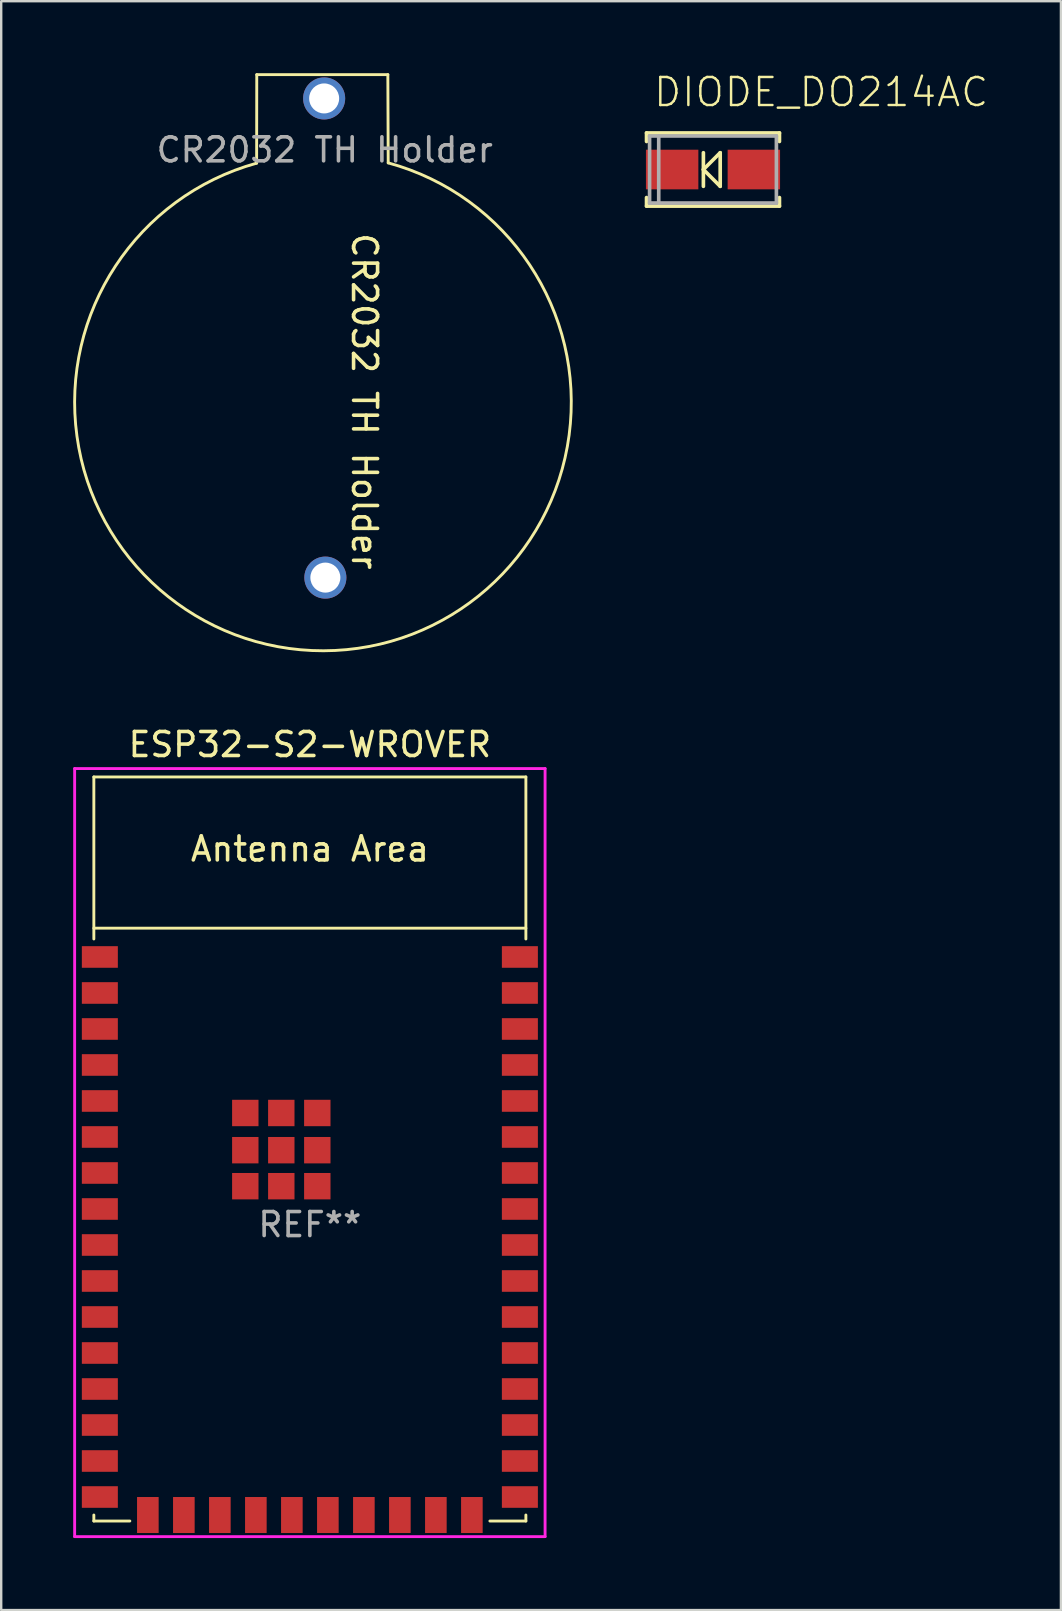
<source format=kicad_pcb>
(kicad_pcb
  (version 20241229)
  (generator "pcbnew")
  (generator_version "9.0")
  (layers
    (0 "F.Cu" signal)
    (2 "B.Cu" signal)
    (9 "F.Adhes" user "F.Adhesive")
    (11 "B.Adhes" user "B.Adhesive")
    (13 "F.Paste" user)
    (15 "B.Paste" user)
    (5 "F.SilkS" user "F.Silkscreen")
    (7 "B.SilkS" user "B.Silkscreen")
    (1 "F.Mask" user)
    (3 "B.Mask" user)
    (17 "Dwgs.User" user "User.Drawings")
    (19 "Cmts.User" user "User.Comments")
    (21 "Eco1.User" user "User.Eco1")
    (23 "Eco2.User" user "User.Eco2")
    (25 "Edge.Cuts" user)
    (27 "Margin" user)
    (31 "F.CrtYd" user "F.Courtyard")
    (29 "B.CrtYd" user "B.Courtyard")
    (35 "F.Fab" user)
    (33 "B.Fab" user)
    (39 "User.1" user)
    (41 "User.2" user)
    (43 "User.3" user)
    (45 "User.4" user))
  (footprint "DIODE_DO214AC"
    (layer "F.Cu")
    (at 26.656 4.013)
    (property "Reference" "DIODE_DO214AC" (at -2.54 -2.54 0) (unlocked yes) (layer "F.SilkS") (effects (font (size 1.168 1.168) (thickness 0.102)) (justify left bottom)))
    (fp_line (start -2.769 -1.524) (end -2.769 -1.168) (stroke (width 0.152) (type solid)) (layer "F.SilkS"))
    (fp_line (start -2.769 1.168) (end -2.769 1.524) (stroke (width 0.152) (type solid)) (layer "F.SilkS"))
    (fp_line (start -2.769 1.524) (end 2.769 1.524) (stroke (width 0.152) (type solid)) (layer "F.SilkS"))
    (fp_line (start -0.4 -0.7) (end -0.4 0.7) (stroke (width 0.152) (type solid)) (layer "F.SilkS"))
    (fp_line (start -0.4 0) (end 0.3 -0.7) (stroke (width 0.152) (type solid)) (layer "F.SilkS"))
    (fp_line (start 0.3 -0.7) (end 0.3 0.7) (stroke (width 0.152) (type solid)) (layer "F.SilkS"))
    (fp_line (start 0.3 0.7) (end -0.4 0) (stroke (width 0.152) (type solid)) (layer "F.SilkS"))
    (fp_line (start 2.769 -1.524) (end -2.769 -1.524) (stroke (width 0.152) (type solid)) (layer "F.SilkS"))
    (fp_line (start 2.769 -1.168) (end 2.769 -1.524) (stroke (width 0.152) (type solid)) (layer "F.SilkS"))
    (fp_line (start 2.769 1.524) (end 2.769 1.168) (stroke (width 0.152) (type solid)) (layer "F.SilkS"))
    (fp_line (start -2.642 -1.397) (end -2.642 1.397) (stroke (width 0.152) (type solid)) (layer "F.Fab"))
    (fp_line (start -2.642 1.397) (end -2.261 1.397) (stroke (width 0.152) (type solid)) (layer "F.Fab"))
    (fp_line (start -2.261 -1.397) (end -2.642 -1.397) (stroke (width 0.152) (type solid)) (layer "F.Fab"))
    (fp_line (start -2.261 -1.397) (end -2.261 1.397) (stroke (width 0.152) (type solid)) (layer "F.Fab"))
    (fp_line (start -2.261 1.397) (end 2.642 1.397) (stroke (width 0.152) (type solid)) (layer "F.Fab"))
    (fp_line (start 2.642 -1.397) (end -2.261 -1.397) (stroke (width 0.152) (type solid)) (layer "F.Fab"))
    (fp_line (start 2.642 1.397) (end 2.642 -1.397) (stroke (width 0.152) (type solid)) (layer "F.Fab"))
    (pad "1" smd rect (at -1.702 0 90) (size 1.651 2.184) (layers "F.Cu" "F.Mask" "F.Paste"))
    (pad "2" smd rect (at 1.702 0 90) (size 1.651 2.184) (layers "F.Cu" "F.Mask" "F.Paste")))
  (footprint "ESP32-S2-WROVER"
    (layer "F.Cu")
    (at 9.86 47.971)
    (property "Reference" "ESP32-S2-WROVER" (at 0 -20 0) (layer "F.SilkS") (effects (font (size 1 1) (thickness 0.15))))
    (attr smd)
    (fp_line (start -9 -18.65) (end -9 -11.9) (stroke (width 0.12) (type solid)) (layer "F.SilkS"))
    (fp_line (start -9 -18.65) (end 9 -18.65) (stroke (width 0.12) (type solid)) (layer "F.SilkS"))
    (fp_line (start -9 12.35) (end -9 12.1) (stroke (width 0.12) (type solid)) (layer "F.SilkS"))
    (fp_line (start -9 12.35) (end -7.5 12.35) (stroke (width 0.12) (type solid)) (layer "F.SilkS"))
    (fp_line (start 9 -18.65) (end 9 -11.9) (stroke (width 0.12) (type solid)) (layer "F.SilkS"))
    (fp_line (start 9 -12.35) (end -9 -12.35) (stroke (width 0.12) (type solid)) (layer "F.SilkS"))
    (fp_line (start 9 12.35) (end 7.5 12.35) (stroke (width 0.12) (type solid)) (layer "F.SilkS"))
    (fp_line (start 9 12.35) (end 9 12.1) (stroke (width 0.12) (type solid)) (layer "F.SilkS"))
    (fp_line (start -9 -18.65) (end 9 -18.65) (stroke (width 0.12) (type solid)) (layer "Eco2.User"))
    (fp_line (start -9 -12.35) (end 9 -12.35) (stroke (width 0.12) (type solid)) (layer "Eco2.User"))
    (fp_line (start -9 12.35) (end -9 -18.65) (stroke (width 0.12) (type solid)) (layer "Eco2.User"))
    (fp_line (start 9 -18.65) (end 9 12.35) (stroke (width 0.12) (type solid)) (layer "Eco2.User"))
    (fp_line (start 9 12.35) (end -9 12.35) (stroke (width 0.12) (type solid)) (layer "Eco2.User"))
    (fp_line (start -9.8 -19) (end -9.8 13) (stroke (width 0.12) (type solid)) (layer "F.CrtYd"))
    (fp_line (start -9.8 -19) (end 9.8 -19) (stroke (width 0.12) (type solid)) (layer "F.CrtYd"))
    (fp_line (start -9.8 13) (end 9.8 13) (stroke (width 0.12) (type solid)) (layer "F.CrtYd"))
    (fp_line (start 9.8 -19) (end 9.8 13) (stroke (width 0.12) (type solid)) (layer "F.CrtYd"))
    (fp_text user "Antenna Area" (at 0 -15.65 0) (layer "F.SilkS") (effects (font (size 1 1) (thickness 0.15))))
    (fp_text user "Antenna Area" (at 0 -15.65 0) (layer "Eco2.User") (effects (font (size 1 1) (thickness 0.15))))
    (fp_text user "REF**" (at 0 0 0) (layer "F.Fab") (effects (font (size 1 1) (thickness 0.15))))
    (pad "1" smd rect (at -8.75 -11.15) (size 1.5 0.9) (layers "F.Cu" "F.Mask" "F.Paste"))
    (pad "2" smd rect (at -8.75 -9.65) (size 1.5 0.9) (layers "F.Cu" "F.Mask" "F.Paste"))
    (pad "3" smd rect (at -8.75 -8.15) (size 1.5 0.9) (layers "F.Cu" "F.Mask" "F.Paste"))
    (pad "4" smd rect (at -8.75 -6.65) (size 1.5 0.9) (layers "F.Cu" "F.Mask" "F.Paste"))
    (pad "5" smd rect (at -8.75 -5.15) (size 1.5 0.9) (layers "F.Cu" "F.Mask" "F.Paste"))
    (pad "6" smd rect (at -8.75 -3.65) (size 1.5 0.9) (layers "F.Cu" "F.Mask" "F.Paste"))
    (pad "7" smd rect (at -8.75 -2.15) (size 1.5 0.9) (layers "F.Cu" "F.Mask" "F.Paste"))
    (pad "8" smd rect (at -8.75 -0.65) (size 1.5 0.9) (layers "F.Cu" "F.Mask" "F.Paste"))
    (pad "9" smd rect (at -8.75 0.85) (size 1.5 0.9) (layers "F.Cu" "F.Mask" "F.Paste"))
    (pad "10" smd rect (at -8.75 2.35) (size 1.5 0.9) (layers "F.Cu" "F.Mask" "F.Paste"))
    (pad "11" smd rect (at -8.75 3.85) (size 1.5 0.9) (layers "F.Cu" "F.Mask" "F.Paste"))
    (pad "12" smd rect (at -8.75 5.35) (size 1.5 0.9) (layers "F.Cu" "F.Mask" "F.Paste"))
    (pad "13" smd rect (at -8.75 6.85) (size 1.5 0.9) (layers "F.Cu" "F.Mask" "F.Paste"))
    (pad "14" smd rect (at -8.75 8.35) (size 1.5 0.9) (layers "F.Cu" "F.Mask" "F.Paste"))
    (pad "15" smd rect (at -8.75 9.85) (size 1.5 0.9) (layers "F.Cu" "F.Mask" "F.Paste"))
    (pad "16" smd rect (at -8.75 11.35) (size 1.5 0.9) (layers "F.Cu" "F.Mask" "F.Paste"))
    (pad "17" smd rect (at -6.75 12.1 90) (size 1.5 0.9) (layers "F.Cu" "F.Mask" "F.Paste"))
    (pad "18" smd rect (at -5.25 12.1 90) (size 1.5 0.9) (layers "F.Cu" "F.Mask" "F.Paste"))
    (pad "19" smd rect (at -3.75 12.1 90) (size 1.5 0.9) (layers "F.Cu" "F.Mask" "F.Paste"))
    (pad "20" smd rect (at -2.25 12.1 90) (size 1.5 0.9) (layers "F.Cu" "F.Mask" "F.Paste"))
    (pad "21" smd rect (at -0.75 12.1 90) (size 1.5 0.9) (layers "F.Cu" "F.Mask" "F.Paste"))
    (pad "22" smd rect (at 0.75 12.1 90) (size 1.5 0.9) (layers "F.Cu" "F.Mask" "F.Paste"))
    (pad "23" smd rect (at 2.25 12.1 90) (size 1.5 0.9) (layers "F.Cu" "F.Mask" "F.Paste"))
    (pad "24" smd rect (at 3.75 12.1 90) (size 1.5 0.9) (layers "F.Cu" "F.Mask" "F.Paste"))
    (pad "25" smd rect (at 5.25 12.1 90) (size 1.5 0.9) (layers "F.Cu" "F.Mask" "F.Paste"))
    (pad "26" smd rect (at 6.75 12.1 90) (size 1.5 0.9) (layers "F.Cu" "F.Mask" "F.Paste"))
    (pad "27" smd rect (at 8.75 11.35 180) (size 1.5 0.9) (layers "F.Cu" "F.Mask" "F.Paste"))
    (pad "28" smd rect (at 8.75 9.85 180) (size 1.5 0.9) (layers "F.Cu" "F.Mask" "F.Paste"))
    (pad "29" smd rect (at 8.75 8.35 180) (size 1.5 0.9) (layers "F.Cu" "F.Mask" "F.Paste"))
    (pad "30" smd rect (at 8.75 6.85 180) (size 1.5 0.9) (layers "F.Cu" "F.Mask" "F.Paste"))
    (pad "31" smd rect (at 8.75 5.35 180) (size 1.5 0.9) (layers "F.Cu" "F.Mask" "F.Paste"))
    (pad "32" smd rect (at 8.75 3.85 180) (size 1.5 0.9) (layers "F.Cu" "F.Mask" "F.Paste"))
    (pad "33" smd rect (at 8.75 2.35 180) (size 1.5 0.9) (layers "F.Cu" "F.Mask" "F.Paste"))
    (pad "34" smd rect (at 8.75 0.85 180) (size 1.5 0.9) (layers "F.Cu" "F.Mask" "F.Paste"))
    (pad "35" smd rect (at 8.75 -0.65 180) (size 1.5 0.9) (layers "F.Cu" "F.Mask" "F.Paste"))
    (pad "36" smd rect (at 8.75 -2.15 180) (size 1.5 0.9) (layers "F.Cu" "F.Mask" "F.Paste"))
    (pad "37" smd rect (at 8.75 -3.65 180) (size 1.5 0.9) (layers "F.Cu" "F.Mask" "F.Paste"))
    (pad "38" smd rect (at 8.75 -5.15 180) (size 1.5 0.9) (layers "F.Cu" "F.Mask" "F.Paste"))
    (pad "39" smd rect (at 8.75 -6.65 180) (size 1.5 0.9) (layers "F.Cu" "F.Mask" "F.Paste"))
    (pad "40" smd rect (at 8.75 -8.15 180) (size 1.5 0.9) (layers "F.Cu" "F.Mask" "F.Paste"))
    (pad "41" smd rect (at 8.75 -9.65 180) (size 1.5 0.9) (layers "F.Cu" "F.Mask" "F.Paste"))
    (pad "42" smd rect (at 8.75 -11.15 180) (size 1.5 0.9) (layers "F.Cu" "F.Mask" "F.Paste"))
    (pad "43" smd rect (at -2.69 -4.65 180) (size 1.1 1.1) (layers "F.Cu" "F.Mask" "F.Paste"))
    (pad "43" smd rect (at -2.69 -3.1 180) (size 1.1 1.1) (layers "F.Cu" "F.Mask" "F.Paste"))
    (pad "43" smd rect (at -2.69 -1.6 180) (size 1.1 1.1) (layers "F.Cu" "F.Mask" "F.Paste"))
    (pad "43" smd rect (at -1.19 -4.65 180) (size 1.1 1.1) (layers "F.Cu" "F.Mask" "F.Paste"))
    (pad "43" smd rect (at -1.19 -3.1 180) (size 1.1 1.1) (layers "F.Cu" "F.Mask" "F.Paste"))
    (pad "43" smd rect (at -1.19 -1.6 180) (size 1.1 1.1) (layers "F.Cu" "F.Mask" "F.Paste"))
    (pad "43" smd rect (at 0.31 -4.65 180) (size 1.1 1.1) (layers "F.Cu" "F.Mask" "F.Paste"))
    (pad "43" smd rect (at 0.31 -3.1 180) (size 1.1 1.1) (layers "F.Cu" "F.Mask" "F.Paste"))
    (pad "43" smd rect (at 0.31 -1.6 180) (size 1.1 1.1) (layers "F.Cu" "F.Mask" "F.Paste")))
  (footprint "CR2032 TH Holder"
    (layer "F.Cu")
    (at 10.455 0.67)
    (property "Reference" "CR2032 TH Holder" (at 1.681 13.006 270) (unlocked yes) (layer "F.SilkS") (effects (font (size 1 1) (thickness 0.15))))
    (attr through_hole)
    (fp_line (start -2.807 -0.61) (end -2.813 3.078) (stroke (width 0.12) (type solid)) (layer "F.SilkS"))
    (fp_line (start 2.654 -0.61) (end -2.807 -0.61) (stroke (width 0.12) (type solid)) (layer "F.SilkS"))
    (fp_line (start 2.669 3.066) (end 2.654 -0.61) (stroke (width 0.12) (type solid)) (layer "F.SilkS"))
    (fp_arc (start 2.668653 3.065662) (mid -0.0254 23.3934) (end -2.812745 3.078244) (stroke (width 0.12) (type solid)) (layer "F.SilkS"))
    (fp_text user "${REFERENCE}" (at 0.025 2.525 0) (unlocked yes) (layer "F.Fab") (effects (font (size 1 1) (thickness 0.15))))
    (pad "1" thru_hole circle (at 0.051 20.345) (size 1.752 1.752) (drill 1.25) (layers "*.Cu" "*.Mask"))
    (pad "2" thru_hole circle (at 0 0.381) (size 1.752 1.752) (drill 1.25) (layers "*.Cu" "*.Mask")))
  (gr_rect
    (start -3 -3)
    (end 41.152 64.031)
    (stroke (width 0.1) (type default))
    (fill no)
    (layer "Edge.Cuts")))
</source>
